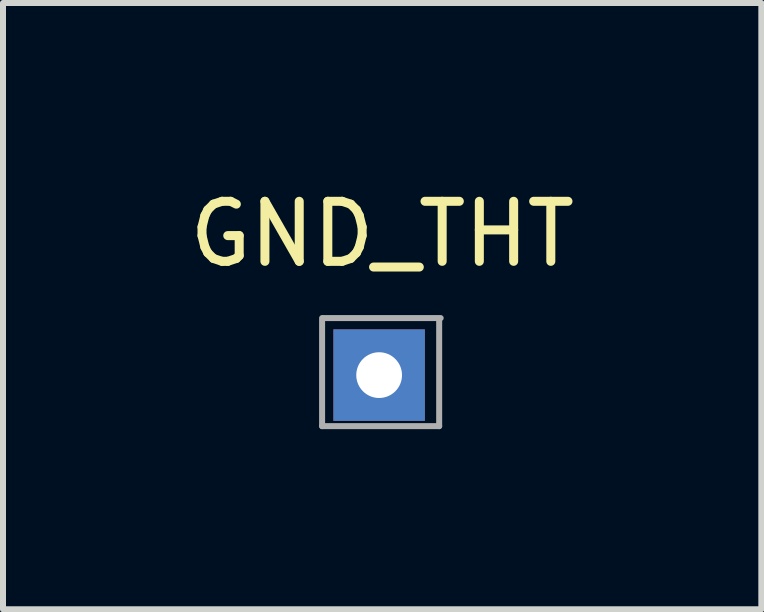
<source format=kicad_pcb>
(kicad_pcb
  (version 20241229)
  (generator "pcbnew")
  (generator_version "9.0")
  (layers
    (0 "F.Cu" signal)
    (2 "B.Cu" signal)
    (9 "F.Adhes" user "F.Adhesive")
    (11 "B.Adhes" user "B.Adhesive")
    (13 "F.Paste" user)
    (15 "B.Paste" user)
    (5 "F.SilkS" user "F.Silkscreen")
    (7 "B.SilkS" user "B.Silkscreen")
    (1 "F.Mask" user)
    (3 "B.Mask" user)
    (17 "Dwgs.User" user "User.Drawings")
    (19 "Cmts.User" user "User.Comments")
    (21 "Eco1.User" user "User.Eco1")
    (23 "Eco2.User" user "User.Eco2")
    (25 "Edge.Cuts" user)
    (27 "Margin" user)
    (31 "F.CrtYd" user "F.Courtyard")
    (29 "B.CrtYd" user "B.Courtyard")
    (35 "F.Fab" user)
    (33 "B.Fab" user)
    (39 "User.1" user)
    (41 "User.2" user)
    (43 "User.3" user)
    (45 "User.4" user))
  (footprint "GND_THT"
    (layer "F.Cu")
    (at 3.265 3.098)
    (property "Reference" "GND_THT" (at 0.05 -2.25 0) (unlocked yes) (layer "F.SilkS") (effects (font (size 1 1) (thickness 0.15))))
    (attr through_hole)
    (fp_line (start -0.95 0.95) (end -0.95 -0.85) (stroke (width 0.1) (type solid)) (layer "F.Fab"))
    (fp_line (start 1 -0.8) (end 1 0.95) (stroke (width 0.1) (type solid)) (layer "F.Fab"))
    (fp_line (start 1 0.95) (end -0.95 0.95) (stroke (width 0.1) (type solid)) (layer "F.Fab"))
    (fp_line (start 1.025 -0.85) (end -0.925 -0.85) (stroke (width 0.1) (type solid)) (layer "F.Fab"))
    (pad "1" thru_hole rect (at 0 0.1) (size 1.524 1.524) (drill 0.762) (layers "*.Cu" "*.Mask")))
  (gr_rect
    (start -3 -3)
    (end 9.631 7.098)
    (stroke (width 0.1) (type default))
    (fill no)
    (layer "Edge.Cuts")))
</source>
